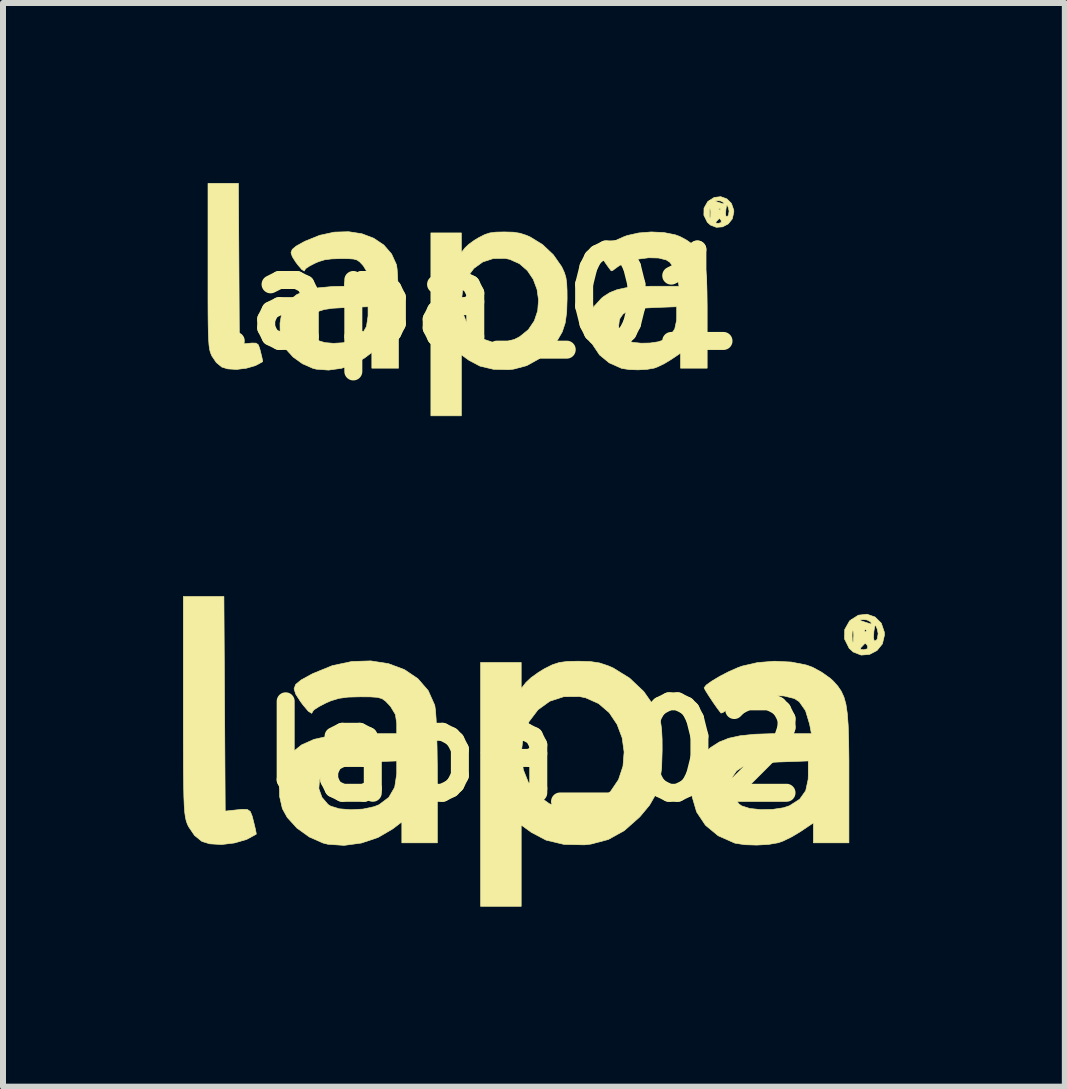
<source format=kicad_pcb>
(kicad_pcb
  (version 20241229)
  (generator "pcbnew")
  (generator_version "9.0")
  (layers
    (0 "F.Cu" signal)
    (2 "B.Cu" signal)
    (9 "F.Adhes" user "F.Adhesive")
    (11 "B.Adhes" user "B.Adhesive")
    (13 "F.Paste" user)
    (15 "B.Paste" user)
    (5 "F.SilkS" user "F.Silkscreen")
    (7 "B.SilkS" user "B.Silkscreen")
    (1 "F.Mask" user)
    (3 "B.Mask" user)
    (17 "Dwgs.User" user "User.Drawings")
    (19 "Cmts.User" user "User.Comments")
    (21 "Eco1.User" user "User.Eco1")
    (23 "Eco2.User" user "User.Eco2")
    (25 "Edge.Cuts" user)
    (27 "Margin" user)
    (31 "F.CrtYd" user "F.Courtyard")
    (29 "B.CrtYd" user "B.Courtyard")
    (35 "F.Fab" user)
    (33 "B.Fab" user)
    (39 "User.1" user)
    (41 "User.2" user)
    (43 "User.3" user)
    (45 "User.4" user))
  (footprint "lapa_02"
    (layer "F.Cu")
    (at 5.847 9.471)
    (property "Reference" "lapa_02" (at 0 0 0) (layer "F.SilkS") (effects (font (size 1.524 1.524) (thickness 0.3))))
    (attr through_hole)
    (fp_poly (pts (xy -5.144 0.995) (xy -5.016 0.981) (xy -4.865 0.965) (xy -4.775 0.968) (xy -4.726 1.002) (xy -4.695 1.078) (xy -4.673 1.163) (xy -4.644 1.283) (xy -4.628 1.362) (xy -4.627 1.38) (xy -4.787 1.467) (xy -4.99 1.526) (xy -5.205 1.552) (xy -5.403 1.54) (xy -5.533 1.5) (xy -5.656 1.4) (xy -5.756 1.252) (xy -5.777 1.206) (xy -5.794 1.156) (xy -5.808 1.094) (xy -5.819 1.012) (xy -5.827 0.902) (xy -5.833 0.755) (xy -5.837 0.564) (xy -5.84 0.319) (xy -5.841 0.014) (xy -5.842 -0.361) (xy -5.842 -0.754) (xy -5.842 -2.582) (xy -5.166 -2.582) (xy -5.144 0.995)) (stroke (width 0.01) (type solid)) (fill yes) (layer "F.SilkS"))
    (fp_poly (pts (xy 0.941 -1.497) (xy 1.094 -1.474) (xy 1.236 -1.427) (xy 1.321 -1.39) (xy 1.593 -1.222) (xy 1.831 -0.997) (xy 2.013 -0.737) (xy 2.032 -0.699) (xy 2.08 -0.592) (xy 2.111 -0.489) (xy 2.128 -0.366) (xy 2.136 -0.201) (xy 2.137 -0.021) (xy 2.128 0.28) (xy 2.094 0.52) (xy 2.029 0.718) (xy 1.926 0.897) (xy 1.777 1.076) (xy 1.76 1.095) (xy 1.506 1.32) (xy 1.24 1.468) (xy 0.948 1.545) (xy 0.841 1.557) (xy 0.502 1.55) (xy 0.203 1.479) (xy -0.042 1.35) (xy -0.212 1.227) (xy -0.212 2.582) (xy -0.889 2.582) (xy -0.889 0.023) (xy -0.211 0.023) (xy -0.177 0.305) (xy -0.081 0.545) (xy 0.068 0.736) (xy 0.257 0.872) (xy 0.478 0.946) (xy 0.718 0.953) (xy 0.968 0.884) (xy 1.083 0.826) (xy 1.276 0.669) (xy 1.409 0.472) (xy 1.484 0.247) (xy 1.503 0.01) (xy 1.47 -0.227) (xy 1.386 -0.45) (xy 1.255 -0.645) (xy 1.078 -0.797) (xy 0.86 -0.894) (xy 0.759 -0.914) (xy 0.498 -0.912) (xy 0.264 -0.836) (xy 0.068 -0.694) (xy -0.083 -0.495) (xy -0.178 -0.249) (xy -0.211 0.023) (xy -0.889 0.023) (xy -0.889 -1.482) (xy -0.212 -1.482) (xy -0.212 -1.047) (xy -0.131 -1.15) (xy -0.049 -1.227) (xy 0.076 -1.317) (xy 0.176 -1.378) (xy 0.306 -1.443) (xy 0.422 -1.481) (xy 0.556 -1.499) (xy 0.741 -1.503) (xy 0.941 -1.497)) (stroke (width 0.01) (type solid)) (fill yes) (layer "F.SilkS"))
    (fp_poly (pts (xy 5.685 -2.239) (xy 5.788 -2.137) (xy 5.839 -1.988) (xy 5.842 -1.941) (xy 5.807 -1.792) (xy 5.717 -1.681) (xy 5.592 -1.616) (xy 5.453 -1.605) (xy 5.321 -1.656) (xy 5.252 -1.72) (xy 5.25 -1.725) (xy 5.443 -1.725) (xy 5.446 -1.701) (xy 5.495 -1.693) (xy 5.56 -1.711) (xy 5.56 -1.76) (xy 5.526 -1.8) (xy 5.508 -1.792) (xy 5.451 -1.732) (xy 5.443 -1.725) (xy 5.25 -1.725) (xy 5.176 -1.874) (xy 5.177 -1.926) (xy 5.302 -1.926) (xy 5.306 -1.839) (xy 5.315 -1.817) (xy 5.321 -1.83) (xy 5.325 -1.887) (xy 5.658 -1.887) (xy 5.674 -1.837) (xy 5.71 -1.857) (xy 5.723 -1.879) (xy 5.736 -1.964) (xy 5.721 -2.038) (xy 5.696 -2.097) (xy 5.68 -2.087) (xy 5.665 -2) (xy 5.665 -1.999) (xy 5.658 -1.887) (xy 5.325 -1.887) (xy 5.329 -1.932) (xy 5.322 -2) (xy 5.316 -2.011) (xy 5.503 -2.011) (xy 5.524 -1.99) (xy 5.546 -2.011) (xy 5.524 -2.032) (xy 5.503 -2.011) (xy 5.316 -2.011) (xy 5.31 -2.023) (xy 5.303 -1.972) (xy 5.302 -1.926) (xy 5.177 -1.926) (xy 5.179 -2.031) (xy 5.259 -2.173) (xy 5.269 -2.182) (xy 5.284 -2.192) (xy 5.431 -2.192) (xy 5.447 -2.178) (xy 5.503 -2.159) (xy 5.587 -2.132) (xy 5.622 -2.121) (xy 5.618 -2.144) (xy 5.609 -2.159) (xy 5.55 -2.191) (xy 5.49 -2.197) (xy 5.431 -2.192) (xy 5.284 -2.192) (xy 5.406 -2.27) (xy 5.551 -2.286) (xy 5.685 -2.239)) (stroke (width 0.01) (type solid)) (fill yes) (layer "F.SilkS"))
    (fp_poly (pts (xy -2.423 -1.462) (xy -2.158 -1.363) (xy -1.934 -1.212) (xy -1.762 -1.014) (xy -1.653 -0.77) (xy -1.652 -0.767) (xy -1.64 -0.683) (xy -1.629 -0.528) (xy -1.621 -0.315) (xy -1.614 -0.058) (xy -1.61 0.229) (xy -1.609 0.455) (xy -1.609 1.524) (xy -2.201 1.524) (xy -2.201 1.175) (xy -2.354 1.292) (xy -2.597 1.434) (xy -2.875 1.527) (xy -3.163 1.566) (xy -3.434 1.547) (xy -3.514 1.527) (xy -3.743 1.426) (xy -3.949 1.278) (xy -4.111 1.1) (xy -4.192 0.953) (xy -4.238 0.75) (xy -4.24 0.62) (xy -3.584 0.62) (xy -3.532 0.766) (xy -3.431 0.884) (xy -3.391 0.91) (xy -3.246 0.956) (xy -3.054 0.972) (xy -2.848 0.961) (xy -2.663 0.921) (xy -2.582 0.889) (xy -2.418 0.766) (xy -2.32 0.597) (xy -2.286 0.375) (xy -2.286 0.357) (xy -2.286 0.159) (xy -2.794 0.177) (xy -3.062 0.193) (xy -3.259 0.22) (xy -3.398 0.266) (xy -3.492 0.334) (xy -3.554 0.429) (xy -3.573 0.477) (xy -3.584 0.62) (xy -4.24 0.62) (xy -4.241 0.523) (xy -4.204 0.309) (xy -4.153 0.186) (xy -4.031 0.019) (xy -3.871 -0.109) (xy -3.664 -0.201) (xy -3.399 -0.261) (xy -3.069 -0.291) (xy -2.806 -0.296) (xy -2.286 -0.296) (xy -2.286 -0.465) (xy -2.308 -0.615) (xy -2.387 -0.746) (xy -2.41 -0.772) (xy -2.474 -0.839) (xy -2.533 -0.88) (xy -2.61 -0.901) (xy -2.729 -0.909) (xy -2.889 -0.91) (xy -3.095 -0.905) (xy -3.249 -0.884) (xy -3.383 -0.843) (xy -3.464 -0.808) (xy -3.583 -0.746) (xy -3.662 -0.695) (xy -3.683 -0.67) (xy -3.703 -0.634) (xy -3.759 -0.669) (xy -3.847 -0.773) (xy -3.892 -0.834) (xy -3.969 -0.954) (xy -3.997 -1.043) (xy -3.97 -1.116) (xy -3.88 -1.19) (xy -3.72 -1.278) (xy -3.684 -1.297) (xy -3.36 -1.429) (xy -3.035 -1.498) (xy -2.719 -1.508) (xy -2.423 -1.462)) (stroke (width 0.01) (type solid)) (fill yes) (layer "F.SilkS"))
    (fp_poly (pts (xy 4.288 -1.489) (xy 4.537 -1.44) (xy 4.641 -1.403) (xy 4.792 -1.321) (xy 4.934 -1.221) (xy 4.988 -1.172) (xy 5.062 -1.09) (xy 5.12 -1.005) (xy 5.165 -0.908) (xy 5.199 -0.787) (xy 5.222 -0.631) (xy 5.237 -0.431) (xy 5.245 -0.175) (xy 5.249 0.147) (xy 5.249 0.429) (xy 5.249 1.524) (xy 4.657 1.524) (xy 4.657 1.191) (xy 4.443 1.335) (xy 4.297 1.423) (xy 4.151 1.494) (xy 4.072 1.522) (xy 3.911 1.55) (xy 3.713 1.561) (xy 3.517 1.555) (xy 3.36 1.531) (xy 3.344 1.527) (xy 3.071 1.406) (xy 2.859 1.231) (xy 2.711 1.009) (xy 2.634 0.748) (xy 2.625 0.605) (xy 2.625 0.602) (xy 3.282 0.602) (xy 3.326 0.756) (xy 3.419 0.878) (xy 3.464 0.909) (xy 3.598 0.951) (xy 3.781 0.97) (xy 3.979 0.966) (xy 4.159 0.939) (xy 4.26 0.905) (xy 4.429 0.796) (xy 4.529 0.655) (xy 4.57 0.465) (xy 4.572 0.391) (xy 4.572 0.159) (xy 4.069 0.177) (xy 3.803 0.192) (xy 3.607 0.218) (xy 3.47 0.261) (xy 3.377 0.324) (xy 3.316 0.412) (xy 3.299 0.453) (xy 3.282 0.602) (xy 2.625 0.602) (xy 2.652 0.352) (xy 2.741 0.147) (xy 2.9 -0.028) (xy 2.951 -0.069) (xy 3.088 -0.156) (xy 3.245 -0.219) (xy 3.438 -0.261) (xy 3.681 -0.286) (xy 3.988 -0.296) (xy 4.092 -0.296) (xy 4.624 -0.296) (xy 4.594 -0.454) (xy 4.526 -0.679) (xy 4.421 -0.828) (xy 4.34 -0.881) (xy 4.167 -0.924) (xy 3.949 -0.929) (xy 3.713 -0.899) (xy 3.486 -0.84) (xy 3.297 -0.755) (xy 3.212 -0.694) (xy 3.147 -0.646) (xy 3.117 -0.639) (xy 3.059 -0.714) (xy 2.986 -0.818) (xy 2.914 -0.927) (xy 2.858 -1.016) (xy 2.836 -1.06) (xy 2.872 -1.106) (xy 2.966 -1.173) (xy 3.098 -1.252) (xy 3.249 -1.33) (xy 3.399 -1.396) (xy 3.471 -1.422) (xy 3.725 -1.48) (xy 4.007 -1.503) (xy 4.288 -1.489)) (stroke (width 0.01) (type solid)) (fill yes) (layer "F.SilkS")))
  (footprint "lapa_01"
    (layer "F.Cu")
    (at 4.797 1.942)
    (property "Reference" "lapa_01" (at 0 0 0) (layer "F.SilkS") (effects (font (size 1.524 1.524) (thickness 0.3))))
    (attr through_hole)
    (fp_poly (pts (xy -3.866 -0.595) (xy -3.858 0.746) (xy -3.762 0.735) (xy -3.648 0.724) (xy -3.581 0.726) (xy -3.544 0.751) (xy -3.521 0.809) (xy -3.505 0.872) (xy -3.483 0.962) (xy -3.471 1.021) (xy -3.47 1.035) (xy -3.59 1.1) (xy -3.742 1.144) (xy -3.904 1.164) (xy -4.052 1.155) (xy -4.15 1.125) (xy -4.242 1.05) (xy -4.317 0.939) (xy -4.332 0.904) (xy -4.345 0.867) (xy -4.356 0.821) (xy -4.364 0.759) (xy -4.37 0.676) (xy -4.375 0.566) (xy -4.378 0.423) (xy -4.38 0.239) (xy -4.381 0.01) (xy -4.381 -0.271) (xy -4.381 -0.566) (xy -4.381 -1.937) (xy -3.874 -1.937) (xy -3.866 -0.595)) (stroke (width 0.01) (type solid)) (fill yes) (layer "F.SilkS"))
    (fp_poly (pts (xy 0.706 -1.123) (xy 0.82 -1.105) (xy 0.927 -1.07) (xy 0.99 -1.042) (xy 1.194 -0.916) (xy 1.373 -0.747) (xy 1.509 -0.553) (xy 1.524 -0.524) (xy 1.56 -0.444) (xy 1.583 -0.367) (xy 1.596 -0.275) (xy 1.602 -0.151) (xy 1.603 -0.016) (xy 1.596 0.21) (xy 1.571 0.39) (xy 1.522 0.538) (xy 1.445 0.672) (xy 1.333 0.807) (xy 1.32 0.821) (xy 1.13 0.99) (xy 0.93 1.101) (xy 0.711 1.159) (xy 0.631 1.168) (xy 0.377 1.162) (xy 0.152 1.109) (xy -0.031 1.013) (xy -0.159 0.92) (xy -0.159 1.937) (xy -0.667 1.937) (xy -0.667 0.018) (xy -0.158 0.018) (xy -0.133 0.229) (xy -0.06 0.409) (xy 0.051 0.552) (xy 0.193 0.654) (xy 0.358 0.71) (xy 0.539 0.714) (xy 0.726 0.663) (xy 0.812 0.619) (xy 0.957 0.502) (xy 1.057 0.354) (xy 1.113 0.186) (xy 1.127 0.007) (xy 1.102 -0.17) (xy 1.039 -0.338) (xy 0.941 -0.483) (xy 0.809 -0.598) (xy 0.645 -0.671) (xy 0.57 -0.686) (xy 0.373 -0.684) (xy 0.198 -0.627) (xy 0.051 -0.521) (xy -0.062 -0.372) (xy -0.134 -0.186) (xy -0.158 0.018) (xy -0.667 0.018) (xy -0.667 -1.111) (xy -0.159 -1.111) (xy -0.159 -0.785) (xy -0.098 -0.862) (xy -0.037 -0.92) (xy 0.057 -0.988) (xy 0.132 -1.033) (xy 0.23 -1.083) (xy 0.316 -1.111) (xy 0.417 -1.124) (xy 0.556 -1.127) (xy 0.706 -1.123)) (stroke (width 0.01) (type solid)) (fill yes) (layer "F.SilkS"))
    (fp_poly (pts (xy 4.264 -1.679) (xy 4.341 -1.603) (xy 4.38 -1.491) (xy 4.381 -1.456) (xy 4.355 -1.344) (xy 4.288 -1.261) (xy 4.194 -1.212) (xy 4.09 -1.204) (xy 3.991 -1.242) (xy 3.939 -1.29) (xy 3.937 -1.294) (xy 4.082 -1.294) (xy 4.085 -1.275) (xy 4.121 -1.27) (xy 4.17 -1.283) (xy 4.17 -1.32) (xy 4.145 -1.35) (xy 4.131 -1.344) (xy 4.088 -1.299) (xy 4.082 -1.294) (xy 3.937 -1.294) (xy 3.882 -1.406) (xy 3.883 -1.445) (xy 3.977 -1.445) (xy 3.979 -1.379) (xy 3.987 -1.362) (xy 3.991 -1.373) (xy 3.994 -1.415) (xy 4.243 -1.415) (xy 4.256 -1.378) (xy 4.282 -1.393) (xy 4.292 -1.409) (xy 4.302 -1.473) (xy 4.291 -1.528) (xy 4.272 -1.573) (xy 4.26 -1.565) (xy 4.249 -1.5) (xy 4.249 -1.499) (xy 4.243 -1.415) (xy 3.994 -1.415) (xy 3.996 -1.449) (xy 3.991 -1.5) (xy 3.987 -1.508) (xy 4.128 -1.508) (xy 4.143 -1.492) (xy 4.159 -1.508) (xy 4.143 -1.524) (xy 4.128 -1.508) (xy 3.987 -1.508) (xy 3.983 -1.517) (xy 3.978 -1.479) (xy 3.977 -1.445) (xy 3.883 -1.445) (xy 3.884 -1.523) (xy 3.944 -1.629) (xy 3.951 -1.637) (xy 3.963 -1.644) (xy 4.073 -1.644) (xy 4.085 -1.634) (xy 4.128 -1.619) (xy 4.19 -1.599) (xy 4.217 -1.591) (xy 4.213 -1.608) (xy 4.207 -1.619) (xy 4.163 -1.643) (xy 4.118 -1.648) (xy 4.073 -1.644) (xy 3.963 -1.644) (xy 4.054 -1.702) (xy 4.163 -1.715) (xy 4.264 -1.679)) (stroke (width 0.01) (type solid)) (fill yes) (layer "F.SilkS"))
    (fp_poly (pts (xy -1.817 -1.097) (xy -1.619 -1.022) (xy -1.451 -0.909) (xy -1.322 -0.76) (xy -1.239 -0.578) (xy -1.239 -0.575) (xy -1.23 -0.512) (xy -1.222 -0.396) (xy -1.215 -0.236) (xy -1.21 -0.044) (xy -1.207 0.172) (xy -1.207 0.341) (xy -1.206 1.143) (xy -1.651 1.143) (xy -1.651 0.881) (xy -1.766 0.969) (xy -1.947 1.075) (xy -2.156 1.145) (xy -2.372 1.175) (xy -2.576 1.16) (xy -2.635 1.145) (xy -2.807 1.069) (xy -2.962 0.958) (xy -3.083 0.825) (xy -3.144 0.714) (xy -3.179 0.563) (xy -3.18 0.465) (xy -2.688 0.465) (xy -2.649 0.575) (xy -2.573 0.663) (xy -2.544 0.683) (xy -2.434 0.717) (xy -2.29 0.729) (xy -2.136 0.72) (xy -1.997 0.691) (xy -1.936 0.666) (xy -1.813 0.575) (xy -1.74 0.448) (xy -1.715 0.281) (xy -1.714 0.268) (xy -1.714 0.119) (xy -2.095 0.133) (xy -2.297 0.144) (xy -2.444 0.165) (xy -2.549 0.199) (xy -2.619 0.25) (xy -2.666 0.322) (xy -2.68 0.357) (xy -2.688 0.465) (xy -3.18 0.465) (xy -3.181 0.393) (xy -3.153 0.232) (xy -3.115 0.14) (xy -3.024 0.014) (xy -2.904 -0.082) (xy -2.748 -0.151) (xy -2.549 -0.195) (xy -2.302 -0.218) (xy -2.104 -0.222) (xy -1.714 -0.222) (xy -1.714 -0.349) (xy -1.731 -0.461) (xy -1.79 -0.559) (xy -1.807 -0.579) (xy -1.855 -0.63) (xy -1.9 -0.66) (xy -1.958 -0.676) (xy -2.046 -0.682) (xy -2.167 -0.683) (xy -2.321 -0.678) (xy -2.437 -0.663) (xy -2.538 -0.632) (xy -2.598 -0.606) (xy -2.687 -0.56) (xy -2.747 -0.521) (xy -2.762 -0.503) (xy -2.777 -0.475) (xy -2.819 -0.502) (xy -2.885 -0.58) (xy -2.919 -0.625) (xy -2.976 -0.715) (xy -2.998 -0.782) (xy -2.977 -0.837) (xy -2.91 -0.892) (xy -2.79 -0.959) (xy -2.763 -0.973) (xy -2.52 -1.071) (xy -2.276 -1.124) (xy -2.039 -1.131) (xy -1.817 -1.097)) (stroke (width 0.01) (type solid)) (fill yes) (layer "F.SilkS"))
    (fp_poly (pts (xy 3.216 -1.117) (xy 3.403 -1.08) (xy 3.48 -1.052) (xy 3.594 -0.991) (xy 3.7 -0.916) (xy 3.741 -0.879) (xy 3.796 -0.817) (xy 3.84 -0.754) (xy 3.874 -0.681) (xy 3.899 -0.59) (xy 3.916 -0.473) (xy 3.928 -0.323) (xy 3.934 -0.131) (xy 3.937 0.11) (xy 3.937 0.321) (xy 3.937 1.143) (xy 3.493 1.143) (xy 3.493 0.893) (xy 3.332 1.001) (xy 3.223 1.067) (xy 3.113 1.12) (xy 3.054 1.142) (xy 2.933 1.163) (xy 2.785 1.171) (xy 2.638 1.166) (xy 2.52 1.148) (xy 2.508 1.145) (xy 2.304 1.054) (xy 2.144 0.923) (xy 2.033 0.757) (xy 1.976 0.561) (xy 1.969 0.454) (xy 1.969 0.452) (xy 2.461 0.452) (xy 2.495 0.567) (xy 2.564 0.659) (xy 2.598 0.682) (xy 2.699 0.713) (xy 2.836 0.727) (xy 2.984 0.724) (xy 3.119 0.704) (xy 3.195 0.679) (xy 3.322 0.597) (xy 3.396 0.491) (xy 3.427 0.349) (xy 3.429 0.293) (xy 3.429 0.119) (xy 3.052 0.133) (xy 2.852 0.144) (xy 2.705 0.164) (xy 2.602 0.195) (xy 2.533 0.243) (xy 2.487 0.309) (xy 2.474 0.34) (xy 2.461 0.452) (xy 1.969 0.452) (xy 1.989 0.264) (xy 2.056 0.11) (xy 2.175 -0.021) (xy 2.213 -0.052) (xy 2.316 -0.117) (xy 2.434 -0.164) (xy 2.579 -0.196) (xy 2.761 -0.215) (xy 2.991 -0.222) (xy 3.069 -0.222) (xy 3.468 -0.222) (xy 3.446 -0.34) (xy 3.395 -0.509) (xy 3.316 -0.621) (xy 3.255 -0.661) (xy 3.126 -0.693) (xy 2.962 -0.697) (xy 2.785 -0.674) (xy 2.615 -0.63) (xy 2.473 -0.566) (xy 2.409 -0.52) (xy 2.361 -0.484) (xy 2.338 -0.479) (xy 2.295 -0.535) (xy 2.24 -0.613) (xy 2.185 -0.695) (xy 2.144 -0.762) (xy 2.127 -0.795) (xy 2.154 -0.829) (xy 2.224 -0.88) (xy 2.324 -0.939) (xy 2.437 -0.997) (xy 2.549 -1.047) (xy 2.603 -1.067) (xy 2.794 -1.11) (xy 3.006 -1.127) (xy 3.216 -1.117)) (stroke (width 0.01) (type solid)) (fill yes) (layer "F.SilkS")))
  (gr_rect
    (start -3 -3)
    (end 14.694 15.058)
    (stroke (width 0.1) (type default))
    (fill no)
    (layer "Edge.Cuts")))
</source>
